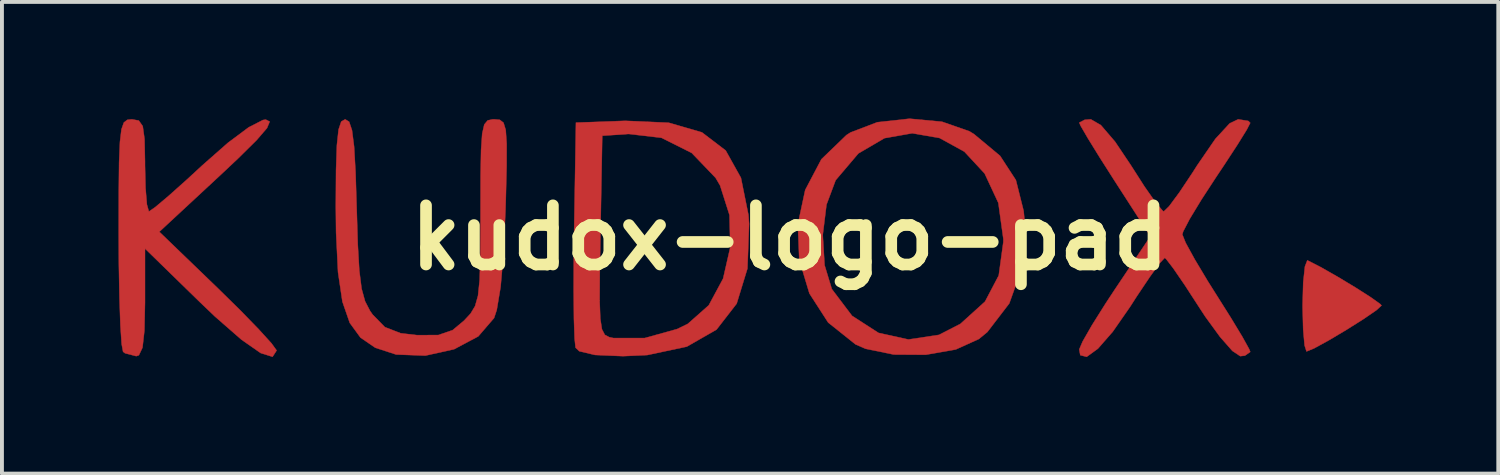
<source format=kicad_pcb>
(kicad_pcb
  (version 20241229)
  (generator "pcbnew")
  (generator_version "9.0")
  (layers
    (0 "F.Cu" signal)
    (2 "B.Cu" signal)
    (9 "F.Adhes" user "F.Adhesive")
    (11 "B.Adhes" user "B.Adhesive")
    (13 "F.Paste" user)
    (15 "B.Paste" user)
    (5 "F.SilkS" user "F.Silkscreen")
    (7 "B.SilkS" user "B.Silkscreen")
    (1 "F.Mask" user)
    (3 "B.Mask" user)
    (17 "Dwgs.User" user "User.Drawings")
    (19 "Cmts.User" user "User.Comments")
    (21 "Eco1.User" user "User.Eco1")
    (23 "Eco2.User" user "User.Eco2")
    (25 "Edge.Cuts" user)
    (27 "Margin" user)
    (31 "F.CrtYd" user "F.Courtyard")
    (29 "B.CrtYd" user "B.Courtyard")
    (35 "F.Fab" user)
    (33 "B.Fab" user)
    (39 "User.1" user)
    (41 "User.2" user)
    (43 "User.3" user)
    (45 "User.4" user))
  (footprint "kudox-logo-pad"
    (layer "F.Cu")
    (at 17.277 3.069)
    (property "Reference" "kudox-logo-pad" (at 0 0 0) (layer "F.SilkS") (effects (font (size 1.524 1.524) (thickness 0.3))))
    (attr smd)
    (fp_poly (pts (xy 13.328 0.584) (xy 13.652 0.749) (xy 14.094 1) (xy 14.561 1.281) (xy 14.96 1.536) (xy 15.2 1.708) (xy 15.232 1.744) (xy 15.1 1.865) (xy 14.766 2.094) (xy 14.325 2.372) (xy 13.871 2.642) (xy 13.498 2.846) (xy 13.301 2.927) (xy 13.251 2.771) (xy 13.215 2.363) (xy 13.2 1.786) (xy 13.2 1.727) (xy 13.216 1.149) (xy 13.26 0.741) (xy 13.321 0.583) (xy 13.328 0.584)) (stroke (width 0.01) (type solid)) (fill yes) (layer "F.Cu"))
    (fp_poly (pts (xy -3.115 -2.96) (xy -2.26 -2.712) (xy -1.648 -2.245) (xy -1.256 -1.542) (xy -1.063 -0.586) (xy -1.046 -0.356) (xy -1.089 0.792) (xy -1.366 1.696) (xy -1.884 2.364) (xy -2.65 2.803) (xy -3.67 3.02) (xy -4.292 3.048) (xy -5.014 3.017) (xy -5.417 2.921) (xy -5.513 2.83) (xy -5.538 2.594) (xy -5.555 2.081) (xy -5.559 1.622) (xy -4.893 1.622) (xy -4.876 2.081) (xy -4.834 2.356) (xy -4.759 2.499) (xy -4.644 2.56) (xy -4.534 2.583) (xy -3.733 2.582) (xy -2.898 2.35) (xy -2.625 2.217) (xy -2.085 1.739) (xy -1.715 1.051) (xy -1.531 0.245) (xy -1.551 -0.584) (xy -1.793 -1.345) (xy -1.908 -1.541) (xy -2.523 -2.182) (xy -3.305 -2.573) (xy -4.149 -2.671) (xy -4.826 -2.625) (xy -4.873 -0.055) (xy -4.889 0.927) (xy -4.893 1.622) (xy -5.559 1.622) (xy -5.562 1.353) (xy -5.559 0.473) (xy -5.55 -0.176) (xy -5.503 -2.963) (xy -4.233 -3.009) (xy -3.115 -2.96)) (stroke (width 0.01) (type solid)) (fill yes) (layer "F.Cu"))
    (fp_poly (pts (xy 3.919 -2.986) (xy 4.624 -2.74) (xy 4.743 -2.667) (xy 5.414 -2.108) (xy 5.821 -1.483) (xy 6.021 -0.687) (xy 6.057 -0.295) (xy 5.983 0.763) (xy 5.651 1.69) (xy 5.087 2.426) (xy 4.867 2.607) (xy 4.273 2.876) (xy 3.499 3.012) (xy 2.68 3.007) (xy 1.949 2.857) (xy 1.693 2.745) (xy 0.989 2.183) (xy 0.506 1.434) (xy 0.245 0.568) (xy 0.219 -0.073) (xy 0.85 -0.073) (xy 0.897 0.708) (xy 1.083 1.321) (xy 1.604 2.01) (xy 2.285 2.449) (xy 3.054 2.619) (xy 3.841 2.5) (xy 4.392 2.217) (xy 5.026 1.643) (xy 5.379 0.971) (xy 5.497 0.112) (xy 5.498 0.033) (xy 5.369 -0.897) (xy 5.016 -1.653) (xy 4.494 -2.216) (xy 3.855 -2.567) (xy 3.153 -2.689) (xy 2.439 -2.563) (xy 1.767 -2.17) (xy 1.19 -1.491) (xy 1.178 -1.472) (xy 0.946 -0.852) (xy 0.85 -0.073) (xy 0.219 -0.073) (xy 0.208 -0.344) (xy 0.398 -1.23) (xy 0.814 -2.02) (xy 1.459 -2.642) (xy 1.565 -2.71) (xy 2.253 -2.973) (xy 3.083 -3.064) (xy 3.919 -2.986)) (stroke (width 0.01) (type solid)) (fill yes) (layer "F.Cu"))
    (fp_poly (pts (xy -16.755 -3.016) (xy -16.653 -2.872) (xy -16.607 -2.543) (xy -16.595 -1.957) (xy -16.595 -1.863) (xy -16.581 -1.278) (xy -16.546 -0.855) (xy -16.496 -0.678) (xy -16.492 -0.677) (xy -16.333 -0.786) (xy -15.985 -1.079) (xy -15.506 -1.507) (xy -15.12 -1.863) (xy -14.461 -2.443) (xy -13.926 -2.842) (xy -13.559 -3.03) (xy -13.487 -3.041) (xy -13.385 -2.989) (xy -13.455 -2.822) (xy -13.722 -2.512) (xy -14.209 -2.031) (xy -14.675 -1.593) (xy -16.227 -0.153) (xy -14.717 1.303) (xy -14.14 1.87) (xy -13.665 2.359) (xy -13.339 2.718) (xy -13.209 2.898) (xy -13.208 2.903) (xy -13.312 3.064) (xy -13.618 2.968) (xy -14.115 2.621) (xy -14.793 2.029) (xy -15.176 1.663) (xy -16.595 0.279) (xy -16.595 1.663) (xy -16.61 2.39) (xy -16.659 2.827) (xy -16.752 3.024) (xy -16.82 3.048) (xy -17.108 2.973) (xy -17.159 2.935) (xy -17.196 2.737) (xy -17.228 2.257) (xy -17.252 1.553) (xy -17.268 0.682) (xy -17.272 -0.113) (xy -17.27 -1.173) (xy -17.262 -1.942) (xy -17.24 -2.466) (xy -17.201 -2.791) (xy -17.139 -2.966) (xy -17.048 -3.036) (xy -16.933 -3.048) (xy -16.755 -3.016)) (stroke (width 0.01) (type solid)) (fill yes) (layer "F.Cu"))
    (fp_poly (pts (xy -11.341 -2.986) (xy -11.267 -2.767) (xy -11.213 -2.347) (xy -11.175 -1.678) (xy -11.147 -0.774) (xy -11.118 0.173) (xy -11.079 0.846) (xy -11.02 1.311) (xy -10.931 1.635) (xy -10.803 1.882) (xy -10.736 1.978) (xy -10.421 2.3) (xy -10.015 2.458) (xy -9.594 2.507) (xy -9.047 2.505) (xy -8.677 2.378) (xy -8.384 2.134) (xy -8.215 1.952) (xy -8.099 1.759) (xy -8.024 1.494) (xy -7.982 1.093) (xy -7.964 0.497) (xy -7.959 -0.359) (xy -7.959 -0.67) (xy -7.957 -1.609) (xy -7.945 -2.261) (xy -7.916 -2.679) (xy -7.862 -2.915) (xy -7.775 -3.02) (xy -7.648 -3.047) (xy -7.604 -3.048) (xy -7.463 -3.035) (xy -7.367 -2.961) (xy -7.31 -2.773) (xy -7.286 -2.418) (xy -7.287 -1.845) (xy -7.308 -0.999) (xy -7.316 -0.72) (xy -7.366 0.395) (xy -7.442 1.266) (xy -7.541 1.858) (xy -7.61 2.066) (xy -8.017 2.539) (xy -8.64 2.87) (xy -9.379 3.034) (xy -10.132 3.006) (xy -10.668 2.831) (xy -11.048 2.571) (xy -11.325 2.191) (xy -11.514 1.645) (xy -11.627 0.885) (xy -11.677 -0.138) (xy -11.684 -0.804) (xy -11.678 -1.739) (xy -11.656 -2.383) (xy -11.613 -2.784) (xy -11.544 -2.99) (xy -11.443 -3.048) (xy -11.443 -3.048) (xy -11.341 -2.986)) (stroke (width 0.01) (type solid)) (fill yes) (layer "F.Cu"))
    (fp_poly (pts (xy 11.802 -3.006) (xy 11.853 -2.956) (xy 11.765 -2.784) (xy 11.527 -2.4) (xy 11.182 -1.872) (xy 10.978 -1.567) (xy 10.594 -0.978) (xy 10.295 -0.485) (xy 10.126 -0.16) (xy 10.104 -0.085) (xy 10.19 0.13) (xy 10.423 0.555) (xy 10.76 1.118) (xy 10.978 1.464) (xy 11.355 2.062) (xy 11.651 2.552) (xy 11.824 2.865) (xy 11.853 2.938) (xy 11.715 3.035) (xy 11.595 3.048) (xy 11.393 2.913) (xy 11.076 2.553) (xy 10.698 2.034) (xy 10.536 1.787) (xy 10.171 1.224) (xy 9.872 0.788) (xy 9.686 0.546) (xy 9.652 0.517) (xy 9.53 0.646) (xy 9.274 0.999) (xy 8.931 1.51) (xy 8.759 1.778) (xy 8.314 2.418) (xy 7.932 2.855) (xy 7.643 3.065) (xy 7.478 3.023) (xy 7.451 2.874) (xy 7.54 2.667) (xy 7.779 2.25) (xy 8.128 1.695) (xy 8.367 1.332) (xy 9.283 -0.036) (xy 8.367 -1.456) (xy 7.98 -2.063) (xy 7.674 -2.559) (xy 7.488 -2.879) (xy 7.451 -2.962) (xy 7.591 -3.035) (xy 7.75 -3.048) (xy 8.008 -2.898) (xy 8.374 -2.471) (xy 8.782 -1.863) (xy 9.131 -1.317) (xy 9.421 -0.904) (xy 9.601 -0.692) (xy 9.628 -0.677) (xy 9.765 -0.811) (xy 10.028 -1.166) (xy 10.368 -1.676) (xy 10.487 -1.863) (xy 10.955 -2.544) (xy 11.323 -2.943) (xy 11.542 -3.048) (xy 11.802 -3.006)) (stroke (width 0.01) (type solid)) (fill yes) (layer "F.Cu"))
    (fp_poly (pts (xy 13.328 0.584) (xy 13.652 0.749) (xy 14.094 1) (xy 14.561 1.281) (xy 14.96 1.536) (xy 15.2 1.708) (xy 15.232 1.744) (xy 15.1 1.865) (xy 14.766 2.094) (xy 14.325 2.372) (xy 13.871 2.642) (xy 13.498 2.846) (xy 13.301 2.927) (xy 13.251 2.771) (xy 13.215 2.363) (xy 13.2 1.786) (xy 13.2 1.727) (xy 13.216 1.149) (xy 13.26 0.741) (xy 13.321 0.583) (xy 13.328 0.584)) (stroke (width 0.01) (type solid)) (fill yes) (layer "F.Mask"))
    (fp_poly (pts (xy -3.115 -2.96) (xy -2.26 -2.712) (xy -1.648 -2.245) (xy -1.256 -1.542) (xy -1.063 -0.586) (xy -1.046 -0.356) (xy -1.089 0.792) (xy -1.366 1.696) (xy -1.884 2.364) (xy -2.65 2.803) (xy -3.67 3.02) (xy -4.292 3.048) (xy -5.014 3.017) (xy -5.417 2.921) (xy -5.513 2.83) (xy -5.538 2.594) (xy -5.555 2.081) (xy -5.559 1.622) (xy -4.893 1.622) (xy -4.876 2.081) (xy -4.834 2.356) (xy -4.759 2.499) (xy -4.644 2.56) (xy -4.534 2.583) (xy -3.733 2.582) (xy -2.898 2.35) (xy -2.625 2.217) (xy -2.085 1.739) (xy -1.715 1.051) (xy -1.531 0.245) (xy -1.551 -0.584) (xy -1.793 -1.345) (xy -1.908 -1.541) (xy -2.523 -2.182) (xy -3.305 -2.573) (xy -4.149 -2.671) (xy -4.826 -2.625) (xy -4.873 -0.055) (xy -4.889 0.927) (xy -4.893 1.622) (xy -5.559 1.622) (xy -5.562 1.353) (xy -5.559 0.473) (xy -5.55 -0.176) (xy -5.503 -2.963) (xy -4.233 -3.009) (xy -3.115 -2.96)) (stroke (width 0.01) (type solid)) (fill yes) (layer "F.Mask"))
    (fp_poly (pts (xy 3.919 -2.986) (xy 4.624 -2.74) (xy 4.743 -2.667) (xy 5.414 -2.108) (xy 5.821 -1.483) (xy 6.021 -0.687) (xy 6.057 -0.295) (xy 5.983 0.763) (xy 5.651 1.69) (xy 5.087 2.426) (xy 4.867 2.607) (xy 4.273 2.876) (xy 3.499 3.012) (xy 2.68 3.007) (xy 1.949 2.857) (xy 1.693 2.745) (xy 0.989 2.183) (xy 0.506 1.434) (xy 0.245 0.568) (xy 0.219 -0.073) (xy 0.85 -0.073) (xy 0.897 0.708) (xy 1.083 1.321) (xy 1.604 2.01) (xy 2.285 2.449) (xy 3.054 2.619) (xy 3.841 2.5) (xy 4.392 2.217) (xy 5.026 1.643) (xy 5.379 0.971) (xy 5.497 0.112) (xy 5.498 0.033) (xy 5.369 -0.897) (xy 5.016 -1.653) (xy 4.494 -2.216) (xy 3.855 -2.567) (xy 3.153 -2.689) (xy 2.439 -2.563) (xy 1.767 -2.17) (xy 1.19 -1.491) (xy 1.178 -1.472) (xy 0.946 -0.852) (xy 0.85 -0.073) (xy 0.219 -0.073) (xy 0.208 -0.344) (xy 0.398 -1.23) (xy 0.814 -2.02) (xy 1.459 -2.642) (xy 1.565 -2.71) (xy 2.253 -2.973) (xy 3.083 -3.064) (xy 3.919 -2.986)) (stroke (width 0.01) (type solid)) (fill yes) (layer "F.Mask"))
    (fp_poly (pts (xy -16.755 -3.016) (xy -16.653 -2.872) (xy -16.607 -2.543) (xy -16.595 -1.957) (xy -16.595 -1.863) (xy -16.581 -1.278) (xy -16.546 -0.855) (xy -16.496 -0.678) (xy -16.492 -0.677) (xy -16.333 -0.786) (xy -15.985 -1.079) (xy -15.506 -1.507) (xy -15.12 -1.863) (xy -14.461 -2.443) (xy -13.926 -2.842) (xy -13.559 -3.03) (xy -13.487 -3.041) (xy -13.385 -2.989) (xy -13.455 -2.822) (xy -13.722 -2.512) (xy -14.209 -2.031) (xy -14.675 -1.593) (xy -16.227 -0.153) (xy -14.717 1.303) (xy -14.14 1.87) (xy -13.665 2.359) (xy -13.339 2.718) (xy -13.209 2.898) (xy -13.208 2.903) (xy -13.312 3.064) (xy -13.618 2.968) (xy -14.115 2.621) (xy -14.793 2.029) (xy -15.176 1.663) (xy -16.595 0.279) (xy -16.595 1.663) (xy -16.61 2.39) (xy -16.659 2.827) (xy -16.752 3.024) (xy -16.82 3.048) (xy -17.108 2.973) (xy -17.159 2.935) (xy -17.196 2.737) (xy -17.228 2.257) (xy -17.252 1.553) (xy -17.268 0.682) (xy -17.272 -0.113) (xy -17.27 -1.173) (xy -17.262 -1.942) (xy -17.24 -2.466) (xy -17.201 -2.791) (xy -17.139 -2.966) (xy -17.048 -3.036) (xy -16.933 -3.048) (xy -16.755 -3.016)) (stroke (width 0.01) (type solid)) (fill yes) (layer "F.Mask"))
    (fp_poly (pts (xy -11.341 -2.986) (xy -11.267 -2.767) (xy -11.213 -2.347) (xy -11.175 -1.678) (xy -11.147 -0.774) (xy -11.118 0.173) (xy -11.079 0.846) (xy -11.02 1.311) (xy -10.931 1.635) (xy -10.803 1.882) (xy -10.736 1.978) (xy -10.421 2.3) (xy -10.015 2.458) (xy -9.594 2.507) (xy -9.047 2.505) (xy -8.677 2.378) (xy -8.384 2.134) (xy -8.215 1.952) (xy -8.099 1.759) (xy -8.024 1.494) (xy -7.982 1.093) (xy -7.964 0.497) (xy -7.959 -0.359) (xy -7.959 -0.67) (xy -7.957 -1.609) (xy -7.945 -2.261) (xy -7.916 -2.679) (xy -7.862 -2.915) (xy -7.775 -3.02) (xy -7.648 -3.047) (xy -7.604 -3.048) (xy -7.463 -3.035) (xy -7.367 -2.961) (xy -7.31 -2.773) (xy -7.286 -2.418) (xy -7.287 -1.845) (xy -7.308 -0.999) (xy -7.316 -0.72) (xy -7.366 0.395) (xy -7.442 1.266) (xy -7.541 1.858) (xy -7.61 2.066) (xy -8.017 2.539) (xy -8.64 2.87) (xy -9.379 3.034) (xy -10.132 3.006) (xy -10.668 2.831) (xy -11.048 2.571) (xy -11.325 2.191) (xy -11.514 1.645) (xy -11.627 0.885) (xy -11.677 -0.138) (xy -11.684 -0.804) (xy -11.678 -1.739) (xy -11.656 -2.383) (xy -11.613 -2.784) (xy -11.544 -2.99) (xy -11.443 -3.048) (xy -11.443 -3.048) (xy -11.341 -2.986)) (stroke (width 0.01) (type solid)) (fill yes) (layer "F.Mask"))
    (fp_poly (pts (xy 11.802 -3.006) (xy 11.853 -2.956) (xy 11.765 -2.784) (xy 11.527 -2.4) (xy 11.182 -1.872) (xy 10.978 -1.567) (xy 10.594 -0.978) (xy 10.295 -0.485) (xy 10.126 -0.16) (xy 10.104 -0.085) (xy 10.19 0.13) (xy 10.423 0.555) (xy 10.76 1.118) (xy 10.978 1.464) (xy 11.355 2.062) (xy 11.651 2.552) (xy 11.824 2.865) (xy 11.853 2.938) (xy 11.715 3.035) (xy 11.595 3.048) (xy 11.393 2.913) (xy 11.076 2.553) (xy 10.698 2.034) (xy 10.536 1.787) (xy 10.171 1.224) (xy 9.872 0.788) (xy 9.686 0.546) (xy 9.652 0.517) (xy 9.53 0.646) (xy 9.274 0.999) (xy 8.931 1.51) (xy 8.759 1.778) (xy 8.314 2.418) (xy 7.932 2.855) (xy 7.643 3.065) (xy 7.478 3.023) (xy 7.451 2.874) (xy 7.54 2.667) (xy 7.779 2.25) (xy 8.128 1.695) (xy 8.367 1.332) (xy 9.283 -0.036) (xy 8.367 -1.456) (xy 7.98 -2.063) (xy 7.674 -2.559) (xy 7.488 -2.879) (xy 7.451 -2.962) (xy 7.591 -3.035) (xy 7.75 -3.048) (xy 8.008 -2.898) (xy 8.374 -2.471) (xy 8.782 -1.863) (xy 9.131 -1.317) (xy 9.421 -0.904) (xy 9.601 -0.692) (xy 9.628 -0.677) (xy 9.765 -0.811) (xy 10.028 -1.166) (xy 10.368 -1.676) (xy 10.487 -1.863) (xy 10.955 -2.544) (xy 11.323 -2.943) (xy 11.542 -3.048) (xy 11.802 -3.006)) (stroke (width 0.01) (type solid)) (fill yes) (layer "F.Mask"))
    (fp_poly (pts (xy 13.328 0.584) (xy 13.652 0.749) (xy 14.094 1) (xy 14.561 1.281) (xy 14.96 1.536) (xy 15.2 1.708) (xy 15.232 1.744) (xy 15.1 1.865) (xy 14.766 2.094) (xy 14.325 2.372) (xy 13.871 2.642) (xy 13.498 2.846) (xy 13.301 2.927) (xy 13.251 2.771) (xy 13.215 2.363) (xy 13.2 1.786) (xy 13.2 1.727) (xy 13.216 1.149) (xy 13.26 0.741) (xy 13.321 0.583) (xy 13.328 0.584)) (stroke (width 0.01) (type solid)) (fill yes) (layer "F.Paste"))
    (fp_poly (pts (xy -3.115 -2.96) (xy -2.26 -2.712) (xy -1.648 -2.245) (xy -1.256 -1.542) (xy -1.063 -0.586) (xy -1.046 -0.356) (xy -1.089 0.792) (xy -1.366 1.696) (xy -1.884 2.364) (xy -2.65 2.803) (xy -3.67 3.02) (xy -4.292 3.048) (xy -5.014 3.017) (xy -5.417 2.921) (xy -5.513 2.83) (xy -5.538 2.594) (xy -5.555 2.081) (xy -5.559 1.622) (xy -4.893 1.622) (xy -4.876 2.081) (xy -4.834 2.356) (xy -4.759 2.499) (xy -4.644 2.56) (xy -4.534 2.583) (xy -3.733 2.582) (xy -2.898 2.35) (xy -2.625 2.217) (xy -2.085 1.739) (xy -1.715 1.051) (xy -1.531 0.245) (xy -1.551 -0.584) (xy -1.793 -1.345) (xy -1.908 -1.541) (xy -2.523 -2.182) (xy -3.305 -2.573) (xy -4.149 -2.671) (xy -4.826 -2.625) (xy -4.873 -0.055) (xy -4.889 0.927) (xy -4.893 1.622) (xy -5.559 1.622) (xy -5.562 1.353) (xy -5.559 0.473) (xy -5.55 -0.176) (xy -5.503 -2.963) (xy -4.233 -3.009) (xy -3.115 -2.96)) (stroke (width 0.01) (type solid)) (fill yes) (layer "F.Paste"))
    (fp_poly (pts (xy 3.919 -2.986) (xy 4.624 -2.74) (xy 4.743 -2.667) (xy 5.414 -2.108) (xy 5.821 -1.483) (xy 6.021 -0.687) (xy 6.057 -0.295) (xy 5.983 0.763) (xy 5.651 1.69) (xy 5.087 2.426) (xy 4.867 2.607) (xy 4.273 2.876) (xy 3.499 3.012) (xy 2.68 3.007) (xy 1.949 2.857) (xy 1.693 2.745) (xy 0.989 2.183) (xy 0.506 1.434) (xy 0.245 0.568) (xy 0.219 -0.073) (xy 0.85 -0.073) (xy 0.897 0.708) (xy 1.083 1.321) (xy 1.604 2.01) (xy 2.285 2.449) (xy 3.054 2.619) (xy 3.841 2.5) (xy 4.392 2.217) (xy 5.026 1.643) (xy 5.379 0.971) (xy 5.497 0.112) (xy 5.498 0.033) (xy 5.369 -0.897) (xy 5.016 -1.653) (xy 4.494 -2.216) (xy 3.855 -2.567) (xy 3.153 -2.689) (xy 2.439 -2.563) (xy 1.767 -2.17) (xy 1.19 -1.491) (xy 1.178 -1.472) (xy 0.946 -0.852) (xy 0.85 -0.073) (xy 0.219 -0.073) (xy 0.208 -0.344) (xy 0.398 -1.23) (xy 0.814 -2.02) (xy 1.459 -2.642) (xy 1.565 -2.71) (xy 2.253 -2.973) (xy 3.083 -3.064) (xy 3.919 -2.986)) (stroke (width 0.01) (type solid)) (fill yes) (layer "F.Paste"))
    (fp_poly (pts (xy -16.755 -3.016) (xy -16.653 -2.872) (xy -16.607 -2.543) (xy -16.595 -1.957) (xy -16.595 -1.863) (xy -16.581 -1.278) (xy -16.546 -0.855) (xy -16.496 -0.678) (xy -16.492 -0.677) (xy -16.333 -0.786) (xy -15.985 -1.079) (xy -15.506 -1.507) (xy -15.12 -1.863) (xy -14.461 -2.443) (xy -13.926 -2.842) (xy -13.559 -3.03) (xy -13.487 -3.041) (xy -13.385 -2.989) (xy -13.455 -2.822) (xy -13.722 -2.512) (xy -14.209 -2.031) (xy -14.675 -1.593) (xy -16.227 -0.153) (xy -14.717 1.303) (xy -14.14 1.87) (xy -13.665 2.359) (xy -13.339 2.718) (xy -13.209 2.898) (xy -13.208 2.903) (xy -13.312 3.064) (xy -13.618 2.968) (xy -14.115 2.621) (xy -14.793 2.029) (xy -15.176 1.663) (xy -16.595 0.279) (xy -16.595 1.663) (xy -16.61 2.39) (xy -16.659 2.827) (xy -16.752 3.024) (xy -16.82 3.048) (xy -17.108 2.973) (xy -17.159 2.935) (xy -17.196 2.737) (xy -17.228 2.257) (xy -17.252 1.553) (xy -17.268 0.682) (xy -17.272 -0.113) (xy -17.27 -1.173) (xy -17.262 -1.942) (xy -17.24 -2.466) (xy -17.201 -2.791) (xy -17.139 -2.966) (xy -17.048 -3.036) (xy -16.933 -3.048) (xy -16.755 -3.016)) (stroke (width 0.01) (type solid)) (fill yes) (layer "F.Paste"))
    (fp_poly (pts (xy -11.341 -2.986) (xy -11.267 -2.767) (xy -11.213 -2.347) (xy -11.175 -1.678) (xy -11.147 -0.774) (xy -11.118 0.173) (xy -11.079 0.846) (xy -11.02 1.311) (xy -10.931 1.635) (xy -10.803 1.882) (xy -10.736 1.978) (xy -10.421 2.3) (xy -10.015 2.458) (xy -9.594 2.507) (xy -9.047 2.505) (xy -8.677 2.378) (xy -8.384 2.134) (xy -8.215 1.952) (xy -8.099 1.759) (xy -8.024 1.494) (xy -7.982 1.093) (xy -7.964 0.497) (xy -7.959 -0.359) (xy -7.959 -0.67) (xy -7.957 -1.609) (xy -7.945 -2.261) (xy -7.916 -2.679) (xy -7.862 -2.915) (xy -7.775 -3.02) (xy -7.648 -3.047) (xy -7.604 -3.048) (xy -7.463 -3.035) (xy -7.367 -2.961) (xy -7.31 -2.773) (xy -7.286 -2.418) (xy -7.287 -1.845) (xy -7.308 -0.999) (xy -7.316 -0.72) (xy -7.366 0.395) (xy -7.442 1.266) (xy -7.541 1.858) (xy -7.61 2.066) (xy -8.017 2.539) (xy -8.64 2.87) (xy -9.379 3.034) (xy -10.132 3.006) (xy -10.668 2.831) (xy -11.048 2.571) (xy -11.325 2.191) (xy -11.514 1.645) (xy -11.627 0.885) (xy -11.677 -0.138) (xy -11.684 -0.804) (xy -11.678 -1.739) (xy -11.656 -2.383) (xy -11.613 -2.784) (xy -11.544 -2.99) (xy -11.443 -3.048) (xy -11.443 -3.048) (xy -11.341 -2.986)) (stroke (width 0.01) (type solid)) (fill yes) (layer "F.Paste"))
    (fp_poly (pts (xy 11.802 -3.006) (xy 11.853 -2.956) (xy 11.765 -2.784) (xy 11.527 -2.4) (xy 11.182 -1.872) (xy 10.978 -1.567) (xy 10.594 -0.978) (xy 10.295 -0.485) (xy 10.126 -0.16) (xy 10.104 -0.085) (xy 10.19 0.13) (xy 10.423 0.555) (xy 10.76 1.118) (xy 10.978 1.464) (xy 11.355 2.062) (xy 11.651 2.552) (xy 11.824 2.865) (xy 11.853 2.938) (xy 11.715 3.035) (xy 11.595 3.048) (xy 11.393 2.913) (xy 11.076 2.553) (xy 10.698 2.034) (xy 10.536 1.787) (xy 10.171 1.224) (xy 9.872 0.788) (xy 9.686 0.546) (xy 9.652 0.517) (xy 9.53 0.646) (xy 9.274 0.999) (xy 8.931 1.51) (xy 8.759 1.778) (xy 8.314 2.418) (xy 7.932 2.855) (xy 7.643 3.065) (xy 7.478 3.023) (xy 7.451 2.874) (xy 7.54 2.667) (xy 7.779 2.25) (xy 8.128 1.695) (xy 8.367 1.332) (xy 9.283 -0.036) (xy 8.367 -1.456) (xy 7.98 -2.063) (xy 7.674 -2.559) (xy 7.488 -2.879) (xy 7.451 -2.962) (xy 7.591 -3.035) (xy 7.75 -3.048) (xy 8.008 -2.898) (xy 8.374 -2.471) (xy 8.782 -1.863) (xy 9.131 -1.317) (xy 9.421 -0.904) (xy 9.601 -0.692) (xy 9.628 -0.677) (xy 9.765 -0.811) (xy 10.028 -1.166) (xy 10.368 -1.676) (xy 10.487 -1.863) (xy 10.955 -2.544) (xy 11.323 -2.943) (xy 11.542 -3.048) (xy 11.802 -3.006)) (stroke (width 0.01) (type solid)) (fill yes) (layer "F.Paste")))
  (gr_rect
    (start -3 -3)
    (end 35.514 9.14)
    (stroke (width 0.1) (type default))
    (fill no)
    (layer "Edge.Cuts")))
</source>
